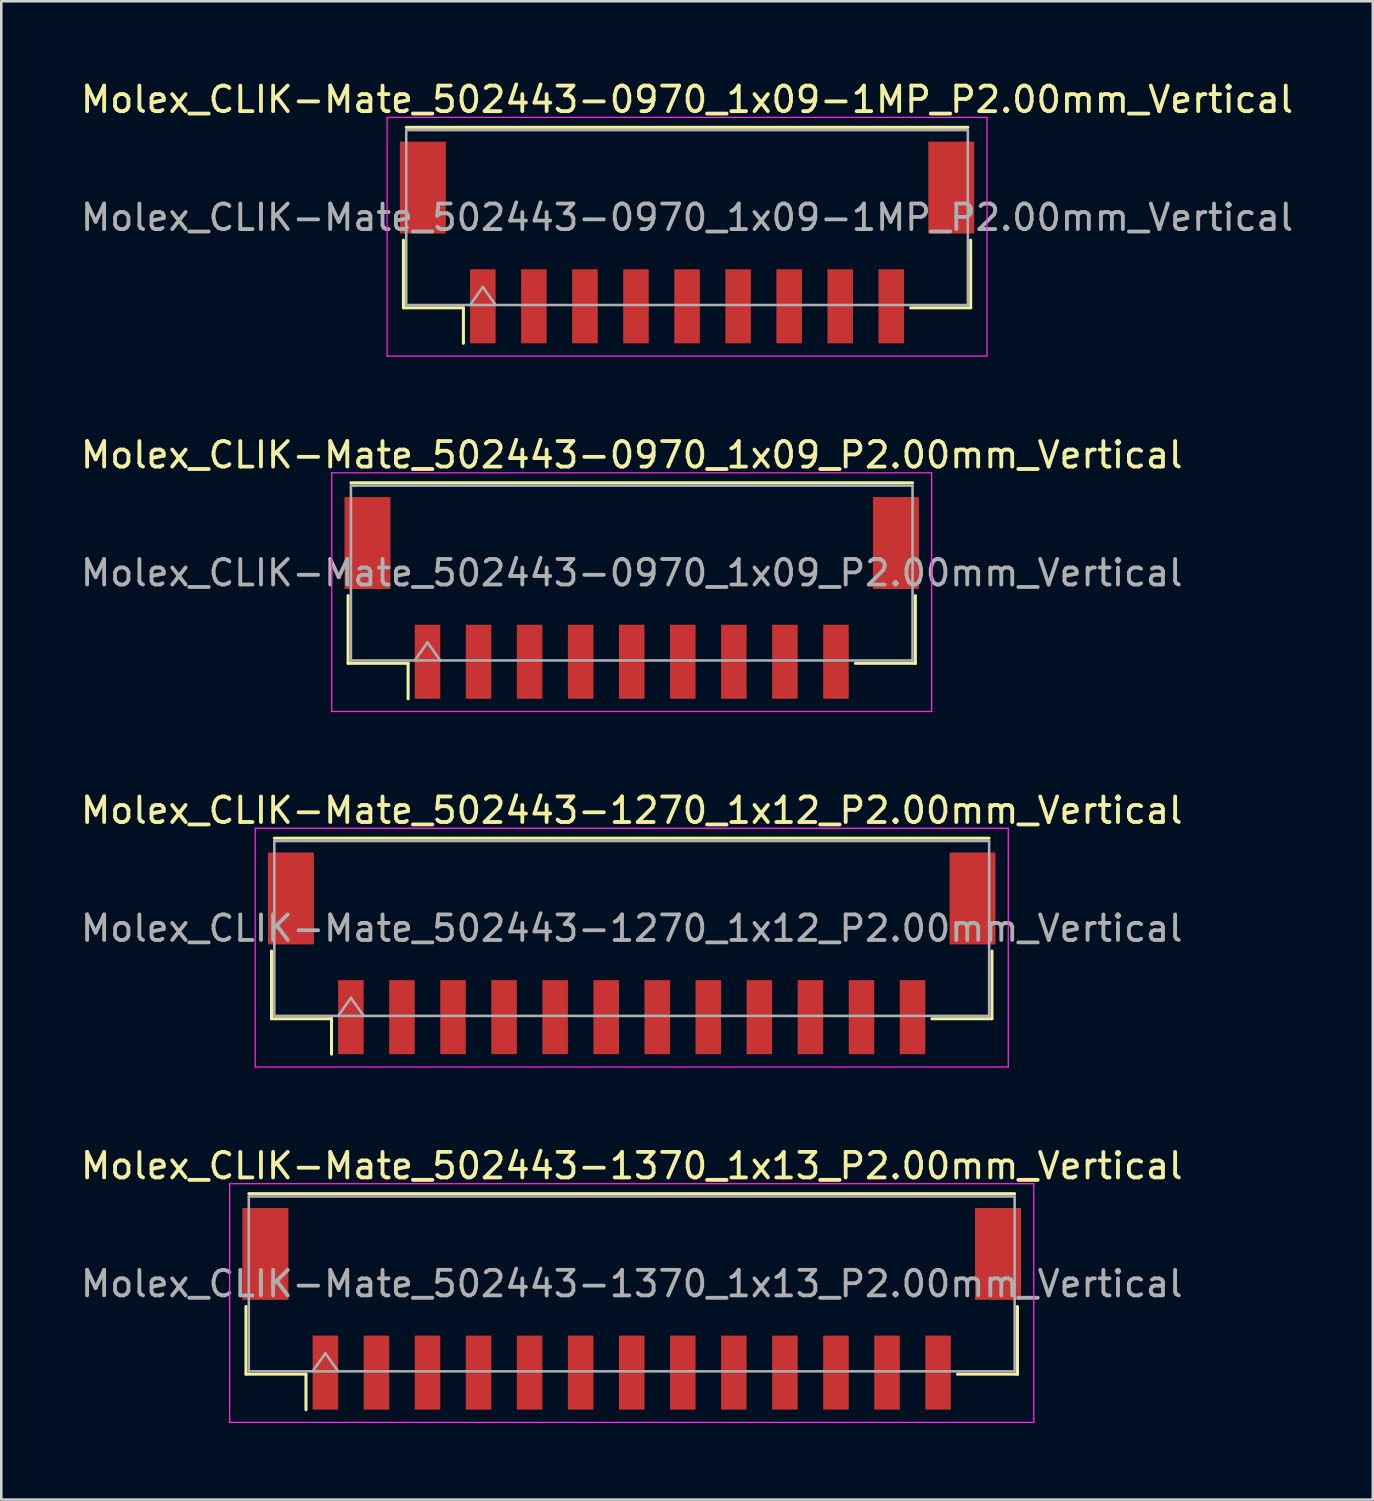
<source format=kicad_pcb>
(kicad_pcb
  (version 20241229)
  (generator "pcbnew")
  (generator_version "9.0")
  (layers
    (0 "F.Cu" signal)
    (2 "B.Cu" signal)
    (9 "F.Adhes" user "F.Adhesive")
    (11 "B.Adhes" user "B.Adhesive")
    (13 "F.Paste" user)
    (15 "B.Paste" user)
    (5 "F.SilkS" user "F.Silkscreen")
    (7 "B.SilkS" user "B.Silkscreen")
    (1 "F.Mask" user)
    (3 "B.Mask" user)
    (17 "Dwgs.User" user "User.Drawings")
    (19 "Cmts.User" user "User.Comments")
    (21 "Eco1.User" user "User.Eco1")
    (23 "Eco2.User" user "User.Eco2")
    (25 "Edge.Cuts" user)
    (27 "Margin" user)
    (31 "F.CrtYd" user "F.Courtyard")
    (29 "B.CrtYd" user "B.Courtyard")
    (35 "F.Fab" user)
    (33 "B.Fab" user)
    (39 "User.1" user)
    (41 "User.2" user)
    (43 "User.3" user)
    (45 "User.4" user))
  (footprint "Molex_CLIK-Mate_502443-0970_1x09-1MP_P2.00mm_Vertical"
    (layer "F.Cu")
    (at 23.863 6.448)
    (property "Reference" "Molex_CLIK-Mate_502443-0970_1x09-1MP_P2.00mm_Vertical" (at 0 -5.6 0) (layer "F.SilkS") (effects (font (size 1 1) (thickness 0.15))))
    (attr smd)
    (fp_line (start -11.11 -0.09) (end -11.11 2.56) (stroke (width 0.12) (type solid)) (layer "F.SilkS"))
    (fp_line (start -11.11 2.56) (end -8.76 2.56) (stroke (width 0.12) (type solid)) (layer "F.SilkS"))
    (fp_line (start -11 -4.51) (end 11 -4.51) (stroke (width 0.12) (type solid)) (layer "F.SilkS"))
    (fp_line (start -8.76 2.56) (end -8.76 3.95) (stroke (width 0.12) (type solid)) (layer "F.SilkS"))
    (fp_line (start 11.11 -0.09) (end 11.11 2.56) (stroke (width 0.12) (type solid)) (layer "F.SilkS"))
    (fp_line (start 11.11 2.56) (end 8.76 2.56) (stroke (width 0.12) (type solid)) (layer "F.SilkS"))
    (fp_line (start -11.75 -4.9) (end -11.75 4.45) (stroke (width 0.05) (type solid)) (layer "F.CrtYd"))
    (fp_line (start -11.75 4.45) (end 11.75 4.45) (stroke (width 0.05) (type solid)) (layer "F.CrtYd"))
    (fp_line (start 11.75 -4.9) (end -11.75 -4.9) (stroke (width 0.05) (type solid)) (layer "F.CrtYd"))
    (fp_line (start 11.75 4.45) (end 11.75 -4.9) (stroke (width 0.05) (type solid)) (layer "F.CrtYd"))
    (fp_line (start -11 -4.4) (end 11 -4.4) (stroke (width 0.1) (type solid)) (layer "F.Fab"))
    (fp_line (start -11 2.45) (end -11 -4.4) (stroke (width 0.1) (type solid)) (layer "F.Fab"))
    (fp_line (start -11 2.45) (end 11 2.45) (stroke (width 0.1) (type solid)) (layer "F.Fab"))
    (fp_line (start -8.5 2.45) (end -8 1.743) (stroke (width 0.1) (type solid)) (layer "F.Fab"))
    (fp_line (start -8 1.743) (end -7.5 2.45) (stroke (width 0.1) (type solid)) (layer "F.Fab"))
    (fp_line (start 11 2.45) (end 11 -4.4) (stroke (width 0.1) (type solid)) (layer "F.Fab"))
    (fp_text user "${REFERENCE}" (at 0 -0.98 0) (layer "F.Fab") (effects (font (size 1 1) (thickness 0.15))))
    (pad "1" smd rect (at -8 2.5) (size 1 2.9) (layers "F.Cu" "F.Mask" "F.Paste"))
    (pad "2" smd rect (at -6 2.5) (size 1 2.9) (layers "F.Cu" "F.Mask" "F.Paste"))
    (pad "3" smd rect (at -4 2.5) (size 1 2.9) (layers "F.Cu" "F.Mask" "F.Paste"))
    (pad "4" smd rect (at -2 2.5) (size 1 2.9) (layers "F.Cu" "F.Mask" "F.Paste"))
    (pad "5" smd rect (at 0 2.5) (size 1 2.9) (layers "F.Cu" "F.Mask" "F.Paste"))
    (pad "6" smd rect (at 2 2.5) (size 1 2.9) (layers "F.Cu" "F.Mask" "F.Paste"))
    (pad "7" smd rect (at 4 2.5) (size 1 2.9) (layers "F.Cu" "F.Mask" "F.Paste"))
    (pad "8" smd rect (at 6 2.5) (size 1 2.9) (layers "F.Cu" "F.Mask" "F.Paste"))
    (pad "9" smd rect (at 8 2.5) (size 1 2.9) (layers "F.Cu" "F.Mask" "F.Paste"))
    (pad "MP" smd rect (at -10.35 -2.15) (size 1.8 3.6) (layers "F.Cu" "F.Mask" "F.Paste"))
    (pad "MP" smd rect (at 10.35 -2.15) (size 1.8 3.6) (layers "F.Cu" "F.Mask" "F.Paste")))
  (footprint "Molex_CLIK-Mate_502443-1270_1x12_P2.00mm_Vertical"
    (layer "F.Cu")
    (at 21.696 34.295)
    (property "Reference" "Molex_CLIK-Mate_502443-1270_1x12_P2.00mm_Vertical" (at 0 -5.6 0) (layer "F.SilkS") (effects (font (size 1 1) (thickness 0.15))))
    (attr smd)
    (fp_line (start -14.11 -0.09) (end -14.11 2.56) (stroke (width 0.12) (type solid)) (layer "F.SilkS"))
    (fp_line (start -14.11 2.56) (end -11.76 2.56) (stroke (width 0.12) (type solid)) (layer "F.SilkS"))
    (fp_line (start -14 -4.51) (end 14 -4.51) (stroke (width 0.12) (type solid)) (layer "F.SilkS"))
    (fp_line (start -11.76 2.56) (end -11.76 3.95) (stroke (width 0.12) (type solid)) (layer "F.SilkS"))
    (fp_line (start 14.11 -0.09) (end 14.11 2.56) (stroke (width 0.12) (type solid)) (layer "F.SilkS"))
    (fp_line (start 14.11 2.56) (end 11.76 2.56) (stroke (width 0.12) (type solid)) (layer "F.SilkS"))
    (fp_line (start -14.75 -4.9) (end -14.75 4.45) (stroke (width 0.05) (type solid)) (layer "F.CrtYd"))
    (fp_line (start -14.75 4.45) (end 14.75 4.45) (stroke (width 0.05) (type solid)) (layer "F.CrtYd"))
    (fp_line (start 14.75 -4.9) (end -14.75 -4.9) (stroke (width 0.05) (type solid)) (layer "F.CrtYd"))
    (fp_line (start 14.75 4.45) (end 14.75 -4.9) (stroke (width 0.05) (type solid)) (layer "F.CrtYd"))
    (fp_line (start -14 -4.4) (end 14 -4.4) (stroke (width 0.1) (type solid)) (layer "F.Fab"))
    (fp_line (start -14 2.45) (end -14 -4.4) (stroke (width 0.1) (type solid)) (layer "F.Fab"))
    (fp_line (start -14 2.45) (end 14 2.45) (stroke (width 0.1) (type solid)) (layer "F.Fab"))
    (fp_line (start -11.5 2.45) (end -11 1.743) (stroke (width 0.1) (type solid)) (layer "F.Fab"))
    (fp_line (start -11 1.743) (end -10.5 2.45) (stroke (width 0.1) (type solid)) (layer "F.Fab"))
    (fp_line (start 14 2.45) (end 14 -4.4) (stroke (width 0.1) (type solid)) (layer "F.Fab"))
    (fp_text user "${REFERENCE}" (at 0 -0.98 0) (layer "F.Fab") (effects (font (size 1 1) (thickness 0.15))))
    (pad "" smd rect (at -13.35 -2.15) (size 1.8 3.6) (layers "F.Cu" "F.Mask" "F.Paste"))
    (pad "" smd rect (at 13.35 -2.15) (size 1.8 3.6) (layers "F.Cu" "F.Mask" "F.Paste"))
    (pad "1" smd rect (at -11 2.5) (size 1 2.9) (layers "F.Cu" "F.Mask" "F.Paste"))
    (pad "2" smd rect (at -9 2.5) (size 1 2.9) (layers "F.Cu" "F.Mask" "F.Paste"))
    (pad "3" smd rect (at -7 2.5) (size 1 2.9) (layers "F.Cu" "F.Mask" "F.Paste"))
    (pad "4" smd rect (at -5 2.5) (size 1 2.9) (layers "F.Cu" "F.Mask" "F.Paste"))
    (pad "5" smd rect (at -3 2.5) (size 1 2.9) (layers "F.Cu" "F.Mask" "F.Paste"))
    (pad "6" smd rect (at -1 2.5) (size 1 2.9) (layers "F.Cu" "F.Mask" "F.Paste"))
    (pad "7" smd rect (at 1 2.5) (size 1 2.9) (layers "F.Cu" "F.Mask" "F.Paste"))
    (pad "8" smd rect (at 3 2.5) (size 1 2.9) (layers "F.Cu" "F.Mask" "F.Paste"))
    (pad "9" smd rect (at 5 2.5) (size 1 2.9) (layers "F.Cu" "F.Mask" "F.Paste"))
    (pad "10" smd rect (at 7 2.5) (size 1 2.9) (layers "F.Cu" "F.Mask" "F.Paste"))
    (pad "11" smd rect (at 9 2.5) (size 1 2.9) (layers "F.Cu" "F.Mask" "F.Paste"))
    (pad "12" smd rect (at 11 2.5) (size 1 2.9) (layers "F.Cu" "F.Mask" "F.Paste")))
  (footprint "Molex_CLIK-Mate_502443-0970_1x09_P2.00mm_Vertical"
    (layer "F.Cu")
    (at 21.696 20.372)
    (property "Reference" "Molex_CLIK-Mate_502443-0970_1x09_P2.00mm_Vertical" (at 0 -5.6 0) (layer "F.SilkS") (effects (font (size 1 1) (thickness 0.15))))
    (attr smd)
    (fp_line (start -11.11 -0.09) (end -11.11 2.56) (stroke (width 0.12) (type solid)) (layer "F.SilkS"))
    (fp_line (start -11.11 2.56) (end -8.76 2.56) (stroke (width 0.12) (type solid)) (layer "F.SilkS"))
    (fp_line (start -11 -4.51) (end 11 -4.51) (stroke (width 0.12) (type solid)) (layer "F.SilkS"))
    (fp_line (start -8.76 2.56) (end -8.76 3.95) (stroke (width 0.12) (type solid)) (layer "F.SilkS"))
    (fp_line (start 11.11 -0.09) (end 11.11 2.56) (stroke (width 0.12) (type solid)) (layer "F.SilkS"))
    (fp_line (start 11.11 2.56) (end 8.76 2.56) (stroke (width 0.12) (type solid)) (layer "F.SilkS"))
    (fp_line (start -11.75 -4.9) (end -11.75 4.45) (stroke (width 0.05) (type solid)) (layer "F.CrtYd"))
    (fp_line (start -11.75 4.45) (end 11.75 4.45) (stroke (width 0.05) (type solid)) (layer "F.CrtYd"))
    (fp_line (start 11.75 -4.9) (end -11.75 -4.9) (stroke (width 0.05) (type solid)) (layer "F.CrtYd"))
    (fp_line (start 11.75 4.45) (end 11.75 -4.9) (stroke (width 0.05) (type solid)) (layer "F.CrtYd"))
    (fp_line (start -11 -4.4) (end 11 -4.4) (stroke (width 0.1) (type solid)) (layer "F.Fab"))
    (fp_line (start -11 2.45) (end -11 -4.4) (stroke (width 0.1) (type solid)) (layer "F.Fab"))
    (fp_line (start -11 2.45) (end 11 2.45) (stroke (width 0.1) (type solid)) (layer "F.Fab"))
    (fp_line (start -8.5 2.45) (end -8 1.743) (stroke (width 0.1) (type solid)) (layer "F.Fab"))
    (fp_line (start -8 1.743) (end -7.5 2.45) (stroke (width 0.1) (type solid)) (layer "F.Fab"))
    (fp_line (start 11 2.45) (end 11 -4.4) (stroke (width 0.1) (type solid)) (layer "F.Fab"))
    (fp_text user "${REFERENCE}" (at 0 -0.98 0) (layer "F.Fab") (effects (font (size 1 1) (thickness 0.15))))
    (pad "" smd rect (at -10.35 -2.15) (size 1.8 3.6) (layers "F.Cu" "F.Mask" "F.Paste"))
    (pad "" smd rect (at 10.35 -2.15) (size 1.8 3.6) (layers "F.Cu" "F.Mask" "F.Paste"))
    (pad "1" smd rect (at -8 2.5) (size 1 2.9) (layers "F.Cu" "F.Mask" "F.Paste"))
    (pad "2" smd rect (at -6 2.5) (size 1 2.9) (layers "F.Cu" "F.Mask" "F.Paste"))
    (pad "3" smd rect (at -4 2.5) (size 1 2.9) (layers "F.Cu" "F.Mask" "F.Paste"))
    (pad "4" smd rect (at -2 2.5) (size 1 2.9) (layers "F.Cu" "F.Mask" "F.Paste"))
    (pad "5" smd rect (at 0 2.5) (size 1 2.9) (layers "F.Cu" "F.Mask" "F.Paste"))
    (pad "6" smd rect (at 2 2.5) (size 1 2.9) (layers "F.Cu" "F.Mask" "F.Paste"))
    (pad "7" smd rect (at 4 2.5) (size 1 2.9) (layers "F.Cu" "F.Mask" "F.Paste"))
    (pad "8" smd rect (at 6 2.5) (size 1 2.9) (layers "F.Cu" "F.Mask" "F.Paste"))
    (pad "9" smd rect (at 8 2.5) (size 1 2.9) (layers "F.Cu" "F.Mask" "F.Paste")))
  (footprint "Molex_CLIK-Mate_502443-1370_1x13_P2.00mm_Vertical"
    (layer "F.Cu")
    (at 21.696 48.218)
    (property "Reference" "Molex_CLIK-Mate_502443-1370_1x13_P2.00mm_Vertical" (at 0 -5.6 0) (layer "F.SilkS") (effects (font (size 1 1) (thickness 0.15))))
    (attr smd)
    (fp_line (start -15.11 -0.09) (end -15.11 2.56) (stroke (width 0.12) (type solid)) (layer "F.SilkS"))
    (fp_line (start -15.11 2.56) (end -12.76 2.56) (stroke (width 0.12) (type solid)) (layer "F.SilkS"))
    (fp_line (start -15 -4.51) (end 15 -4.51) (stroke (width 0.12) (type solid)) (layer "F.SilkS"))
    (fp_line (start -12.76 2.56) (end -12.76 3.95) (stroke (width 0.12) (type solid)) (layer "F.SilkS"))
    (fp_line (start 15.11 -0.09) (end 15.11 2.56) (stroke (width 0.12) (type solid)) (layer "F.SilkS"))
    (fp_line (start 15.11 2.56) (end 12.76 2.56) (stroke (width 0.12) (type solid)) (layer "F.SilkS"))
    (fp_line (start -15.75 -4.9) (end -15.75 4.45) (stroke (width 0.05) (type solid)) (layer "F.CrtYd"))
    (fp_line (start -15.75 4.45) (end 15.75 4.45) (stroke (width 0.05) (type solid)) (layer "F.CrtYd"))
    (fp_line (start 15.75 -4.9) (end -15.75 -4.9) (stroke (width 0.05) (type solid)) (layer "F.CrtYd"))
    (fp_line (start 15.75 4.45) (end 15.75 -4.9) (stroke (width 0.05) (type solid)) (layer "F.CrtYd"))
    (fp_line (start -15 -4.4) (end 15 -4.4) (stroke (width 0.1) (type solid)) (layer "F.Fab"))
    (fp_line (start -15 2.45) (end -15 -4.4) (stroke (width 0.1) (type solid)) (layer "F.Fab"))
    (fp_line (start -15 2.45) (end 15 2.45) (stroke (width 0.1) (type solid)) (layer "F.Fab"))
    (fp_line (start -12.5 2.45) (end -12 1.743) (stroke (width 0.1) (type solid)) (layer "F.Fab"))
    (fp_line (start -12 1.743) (end -11.5 2.45) (stroke (width 0.1) (type solid)) (layer "F.Fab"))
    (fp_line (start 15 2.45) (end 15 -4.4) (stroke (width 0.1) (type solid)) (layer "F.Fab"))
    (fp_text user "${REFERENCE}" (at 0 -0.98 0) (layer "F.Fab") (effects (font (size 1 1) (thickness 0.15))))
    (pad "" smd rect (at -14.35 -2.15) (size 1.8 3.6) (layers "F.Cu" "F.Mask" "F.Paste"))
    (pad "" smd rect (at 14.35 -2.15) (size 1.8 3.6) (layers "F.Cu" "F.Mask" "F.Paste"))
    (pad "1" smd rect (at -12 2.5) (size 1 2.9) (layers "F.Cu" "F.Mask" "F.Paste"))
    (pad "2" smd rect (at -10 2.5) (size 1 2.9) (layers "F.Cu" "F.Mask" "F.Paste"))
    (pad "3" smd rect (at -8 2.5) (size 1 2.9) (layers "F.Cu" "F.Mask" "F.Paste"))
    (pad "4" smd rect (at -6 2.5) (size 1 2.9) (layers "F.Cu" "F.Mask" "F.Paste"))
    (pad "5" smd rect (at -4 2.5) (size 1 2.9) (layers "F.Cu" "F.Mask" "F.Paste"))
    (pad "6" smd rect (at -2 2.5) (size 1 2.9) (layers "F.Cu" "F.Mask" "F.Paste"))
    (pad "7" smd rect (at 0 2.5) (size 1 2.9) (layers "F.Cu" "F.Mask" "F.Paste"))
    (pad "8" smd rect (at 2 2.5) (size 1 2.9) (layers "F.Cu" "F.Mask" "F.Paste"))
    (pad "9" smd rect (at 4 2.5) (size 1 2.9) (layers "F.Cu" "F.Mask" "F.Paste"))
    (pad "10" smd rect (at 6 2.5) (size 1 2.9) (layers "F.Cu" "F.Mask" "F.Paste"))
    (pad "11" smd rect (at 8 2.5) (size 1 2.9) (layers "F.Cu" "F.Mask" "F.Paste"))
    (pad "12" smd rect (at 10 2.5) (size 1 2.9) (layers "F.Cu" "F.Mask" "F.Paste"))
    (pad "13" smd rect (at 12 2.5) (size 1 2.9) (layers "F.Cu" "F.Mask" "F.Paste")))
  (gr_rect
    (start -3 -3)
    (end 50.726 55.693)
    (stroke (width 0.1) (type default))
    (fill no)
    (layer "Edge.Cuts")))
</source>
